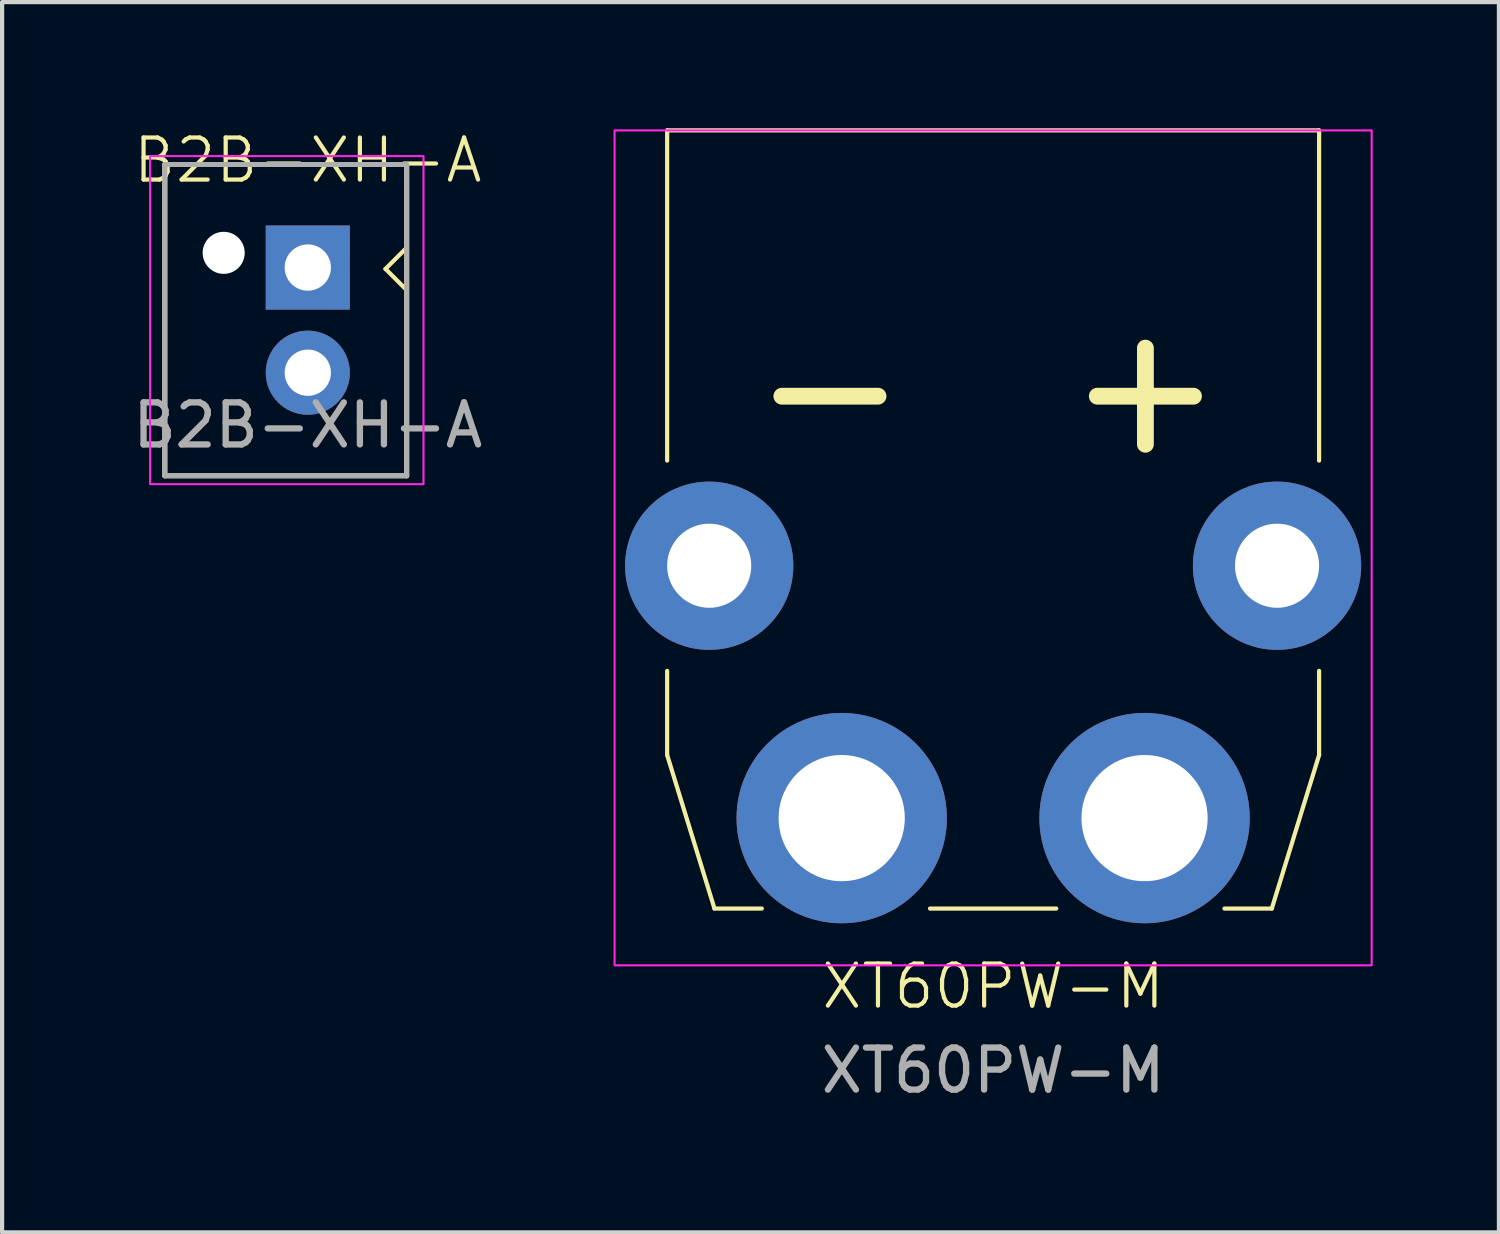
<source format=kicad_pcb>
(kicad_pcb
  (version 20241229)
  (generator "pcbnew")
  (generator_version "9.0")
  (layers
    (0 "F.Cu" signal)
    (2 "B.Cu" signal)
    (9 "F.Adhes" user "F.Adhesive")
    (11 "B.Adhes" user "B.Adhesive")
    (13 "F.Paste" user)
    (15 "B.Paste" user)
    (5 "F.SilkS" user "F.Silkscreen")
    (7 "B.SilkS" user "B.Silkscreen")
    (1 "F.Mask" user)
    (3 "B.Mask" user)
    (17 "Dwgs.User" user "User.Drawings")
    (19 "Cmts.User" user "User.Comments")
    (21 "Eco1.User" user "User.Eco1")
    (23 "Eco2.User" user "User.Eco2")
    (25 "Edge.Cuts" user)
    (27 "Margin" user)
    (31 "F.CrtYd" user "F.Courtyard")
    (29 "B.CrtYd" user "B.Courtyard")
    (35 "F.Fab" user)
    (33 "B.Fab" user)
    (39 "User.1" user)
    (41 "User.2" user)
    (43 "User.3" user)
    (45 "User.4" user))
  (footprint "XT60PW-M"
    (layer "F.Cu")
    (at 20.561 16.4)
    (property "Reference" "XT60PW-M" (at 0 4 0) (unlocked yes) (layer "F.SilkS") (effects (font (size 1 1) (thickness 0.1))))
    (attr through_hole)
    (fp_line (start -7.75 -16.35) (end -7.75 -8.5) (stroke (width 0.1) (type default)) (layer "F.SilkS"))
    (fp_line (start -7.75 -1.5) (end -7.75 -3.5) (stroke (width 0.1) (type default)) (layer "F.SilkS"))
    (fp_line (start -6.625 2.15) (end -7.75 -1.5) (stroke (width 0.1) (type default)) (layer "F.SilkS"))
    (fp_line (start -6.625 2.15) (end -5.5 2.15) (stroke (width 0.1) (type default)) (layer "F.SilkS"))
    (fp_line (start -1.5 2.15) (end 1.5 2.15) (stroke (width 0.1) (type default)) (layer "F.SilkS"))
    (fp_line (start 6.625 2.15) (end 5.5 2.15) (stroke (width 0.1) (type default)) (layer "F.SilkS"))
    (fp_line (start 6.625 2.15) (end 7.75 -1.5) (stroke (width 0.1) (type default)) (layer "F.SilkS"))
    (fp_line (start 7.75 -16.35) (end -7.75 -16.35) (stroke (width 0.1) (type default)) (layer "F.SilkS"))
    (fp_line (start 7.75 -16.35) (end 7.75 -8.5) (stroke (width 0.1) (type default)) (layer "F.SilkS"))
    (fp_line (start 7.75 -1.5) (end 7.75 -3.5) (stroke (width 0.1) (type default)) (layer "F.SilkS"))
    (fp_rect (start -9 -16.35) (end 9 3.5) (stroke (width 0.05) (type default)) (fill no) (layer "F.CrtYd"))
    (fp_text user "-" (at -6 -8.5 0) (unlocked yes) (layer "F.SilkS") (effects (font (size 3 3) (thickness 0.4)) (justify left bottom)))
    (fp_text user "+" (at 1.5 -8.5 0) (unlocked yes) (layer "F.SilkS") (effects (font (size 3 3) (thickness 0.4)) (justify left bottom)))
    (fp_text user "${REFERENCE}" (at 0 6 0) (unlocked yes) (layer "F.Fab") (effects (font (size 1 1) (thickness 0.15))))
    (pad "4" thru_hole circle (at -6.75 -6) (size 4 4) (drill 2) (layers "*.Cu" "*.Mask"))
    (pad "M" thru_hole circle (at -3.6 0) (size 5 5) (drill 3) (layers "*.Cu" "*.Mask"))
    (pad "NC" thru_hole circle (at 6.75 -6) (size 4 4) (drill 2) (layers "*.Cu" "*.Mask"))
    (pad "P" thru_hole circle (at 3.6 0) (size 5 5) (drill 3) (layers "*.Cu" "*.Mask")))
  (footprint "B2B-XH-A"
    (layer "F.Cu")
    (at 4.268 4.561)
    (property "Reference" "B2B-XH-A" (at 0 -3.8 0) (unlocked yes) (layer "F.SilkS") (effects (font (size 1 1) (thickness 0.1))))
    (attr smd)
    (fp_line (start -3.4 -3.7) (end -3.4 3.7) (stroke (width 0.12) (type solid)) (layer "F.SilkS"))
    (fp_line (start -3.4 -3.7) (end 2.35 -3.7) (stroke (width 0.12) (type solid)) (layer "F.SilkS"))
    (fp_line (start 1.847 -1.218) (end 2.347 -0.718) (stroke (width 0.1) (type default)) (layer "F.SilkS"))
    (fp_line (start 2.347 -1.718) (end 1.847 -1.218) (stroke (width 0.1) (type default)) (layer "F.SilkS"))
    (fp_line (start 2.35 3.7) (end -3.4 3.7) (stroke (width 0.12) (type solid)) (layer "F.SilkS"))
    (fp_line (start 2.35 3.7) (end 2.35 -3.7) (stroke (width 0.12) (type solid)) (layer "F.SilkS"))
    (fp_rect (start -3.75 -3.9) (end 2.75 3.9) (stroke (width 0.05) (type default)) (fill no) (layer "F.CrtYd"))
    (fp_line (start -3.4 -3.7) (end -3.4 3.7) (stroke (width 0.12) (type solid)) (layer "F.Fab"))
    (fp_line (start -3.4 -3.7) (end 2.35 -3.7) (stroke (width 0.12) (type solid)) (layer "F.Fab"))
    (fp_line (start 2.35 3.7) (end -3.4 3.7) (stroke (width 0.12) (type solid)) (layer "F.Fab"))
    (fp_line (start 2.35 3.7) (end 2.35 -3.7) (stroke (width 0.12) (type solid)) (layer "F.Fab"))
    (fp_text user "${REFERENCE}" (at 0 2.5 0) (unlocked yes) (layer "F.Fab") (effects (font (size 1 1) (thickness 0.15))))
    (pad "" np_thru_hole circle (at -2 -1.6) (size 1 1) (drill 1.1) (layers "*.Cu" "*.Mask"))
    (pad "1" thru_hole rect (at 0 -1.25) (size 2 2) (drill 1.1) (layers "*.Cu" "*.Mask"))
    (pad "2" thru_hole oval (at 0 1.25) (size 2 2) (drill 1.1) (layers "*.Cu" "*.Mask")))
  (gr_rect
    (start -3 -3)
    (end 32.586 26.248)
    (stroke (width 0.1) (type default))
    (fill no)
    (layer "Edge.Cuts")))
</source>
